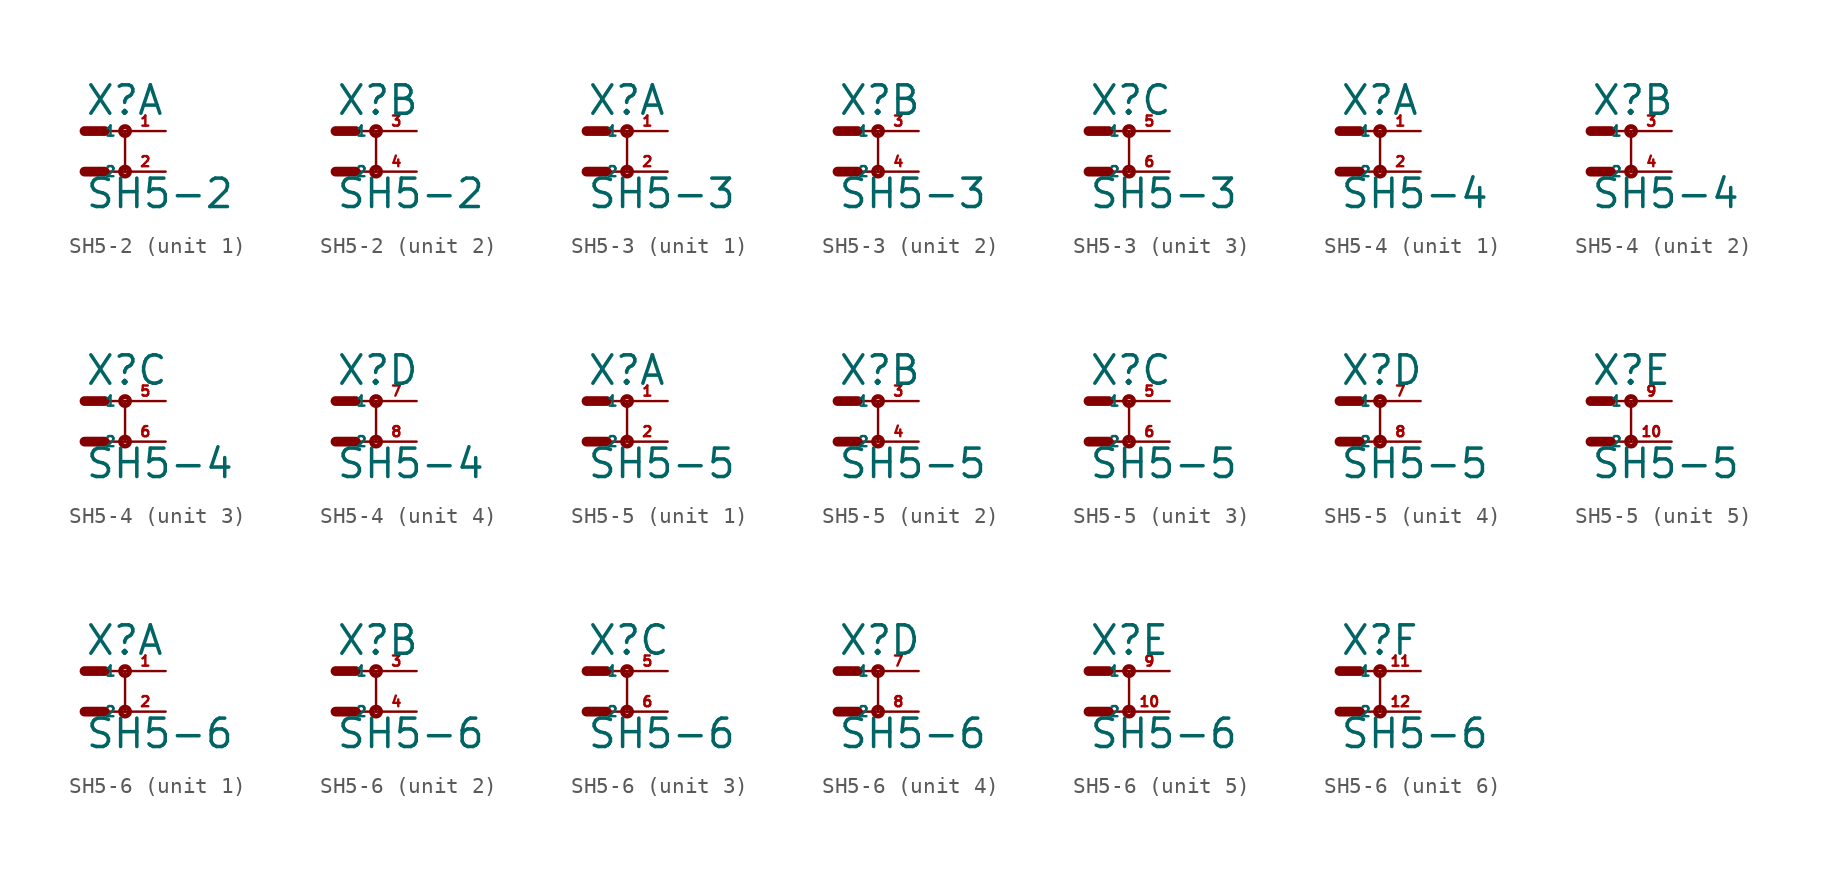
<source format=kicad_sym>
(kicad_symbol_lib
  (version 20220914)
  (generator Eagle2Kicad)
  (symbol "SH5-2"
    (property "Reference" "X"
      (at 0 3.429 0)
      (effects (font (size 1.778 1.778) (thickness 0.22)) (justify left bottom)))
    (property "Value" "SH5-2"
      (at 0 -2.413 0)
      (effects (font (size 1.778 1.778) (thickness 0.22)) (justify left bottom)))
    (symbol "SH5-2_1_0"
      (polyline (pts (xy 0 0) (xy 1.27 0)) (stroke (width 0.61) (type default)) (fill (type none)))
      (polyline (pts (xy 2.54 0) (xy 1.27 0)) (stroke (width 0.152) (type default)) (fill (type none)))
      (polyline (pts (xy 0 2.54) (xy 1.27 2.54)) (stroke (width 0.61) (type default)) (fill (type none)))
      (polyline (pts (xy 2.54 2.54) (xy 1.27 2.54)) (stroke (width 0.152) (type default)) (fill (type none)))
      (polyline (pts (xy 2.54 2.54) (xy 2.54 0)) (stroke (width 0.152) (type default)) (fill (type none)))
      (circle (center 2.54 0) (radius 0.127) (stroke (width 0.305) (type default)) (fill (type none)))
      (circle (center 2.54 2.54) (radius 0.127) (stroke (width 0.305) (type default)) (fill (type none)))
      (pin passive line (at 5.08 2.54 180) (length 2.54) (name "1" (effects (font (size 0.635 0.635) (thickness 0.08)) (justify left bottom))) (number "1" (effects (font (size 0.635 0.635) (thickness 0.08)) (justify left bottom))))
      (pin passive line (at 5.08 0 180) (length 2.54) (name "2" (effects (font (size 0.635 0.635) (thickness 0.08)) (justify left bottom))) (number "2" (effects (font (size 0.635 0.635) (thickness 0.08)) (justify left bottom)))))
    (symbol "SH5-2_2_0"
      (polyline (pts (xy 0 0) (xy 1.27 0)) (stroke (width 0.61) (type default)) (fill (type none)))
      (polyline (pts (xy 2.54 0) (xy 1.27 0)) (stroke (width 0.152) (type default)) (fill (type none)))
      (polyline (pts (xy 0 2.54) (xy 1.27 2.54)) (stroke (width 0.61) (type default)) (fill (type none)))
      (polyline (pts (xy 2.54 2.54) (xy 1.27 2.54)) (stroke (width 0.152) (type default)) (fill (type none)))
      (polyline (pts (xy 2.54 2.54) (xy 2.54 0)) (stroke (width 0.152) (type default)) (fill (type none)))
      (circle (center 2.54 0) (radius 0.127) (stroke (width 0.305) (type default)) (fill (type none)))
      (circle (center 2.54 2.54) (radius 0.127) (stroke (width 0.305) (type default)) (fill (type none)))
      (pin passive line (at 5.08 2.54 180) (length 2.54) (name "1" (effects (font (size 0.635 0.635) (thickness 0.08)) (justify left bottom))) (number "3" (effects (font (size 0.635 0.635) (thickness 0.08)) (justify left bottom))))
      (pin passive line (at 5.08 0 180) (length 2.54) (name "2" (effects (font (size 0.635 0.635) (thickness 0.08)) (justify left bottom))) (number "4" (effects (font (size 0.635 0.635) (thickness 0.08)) (justify left bottom))))))
  (symbol "SH5-3"
    (property "Reference" "X"
      (at 0 3.429 0)
      (effects (font (size 1.778 1.778) (thickness 0.22)) (justify left bottom)))
    (property "Value" "SH5-3"
      (at 0 -2.413 0)
      (effects (font (size 1.778 1.778) (thickness 0.22)) (justify left bottom)))
    (symbol "SH5-3_1_0"
      (polyline (pts (xy 0 0) (xy 1.27 0)) (stroke (width 0.61) (type default)) (fill (type none)))
      (polyline (pts (xy 2.54 0) (xy 1.27 0)) (stroke (width 0.152) (type default)) (fill (type none)))
      (polyline (pts (xy 0 2.54) (xy 1.27 2.54)) (stroke (width 0.61) (type default)) (fill (type none)))
      (polyline (pts (xy 2.54 2.54) (xy 1.27 2.54)) (stroke (width 0.152) (type default)) (fill (type none)))
      (polyline (pts (xy 2.54 2.54) (xy 2.54 0)) (stroke (width 0.152) (type default)) (fill (type none)))
      (circle (center 2.54 0) (radius 0.127) (stroke (width 0.305) (type default)) (fill (type none)))
      (circle (center 2.54 2.54) (radius 0.127) (stroke (width 0.305) (type default)) (fill (type none)))
      (pin passive line (at 5.08 2.54 180) (length 2.54) (name "1" (effects (font (size 0.635 0.635) (thickness 0.08)) (justify left bottom))) (number "1" (effects (font (size 0.635 0.635) (thickness 0.08)) (justify left bottom))))
      (pin passive line (at 5.08 0 180) (length 2.54) (name "2" (effects (font (size 0.635 0.635) (thickness 0.08)) (justify left bottom))) (number "2" (effects (font (size 0.635 0.635) (thickness 0.08)) (justify left bottom)))))
    (symbol "SH5-3_2_0"
      (polyline (pts (xy 0 0) (xy 1.27 0)) (stroke (width 0.61) (type default)) (fill (type none)))
      (polyline (pts (xy 2.54 0) (xy 1.27 0)) (stroke (width 0.152) (type default)) (fill (type none)))
      (polyline (pts (xy 0 2.54) (xy 1.27 2.54)) (stroke (width 0.61) (type default)) (fill (type none)))
      (polyline (pts (xy 2.54 2.54) (xy 1.27 2.54)) (stroke (width 0.152) (type default)) (fill (type none)))
      (polyline (pts (xy 2.54 2.54) (xy 2.54 0)) (stroke (width 0.152) (type default)) (fill (type none)))
      (circle (center 2.54 0) (radius 0.127) (stroke (width 0.305) (type default)) (fill (type none)))
      (circle (center 2.54 2.54) (radius 0.127) (stroke (width 0.305) (type default)) (fill (type none)))
      (pin passive line (at 5.08 2.54 180) (length 2.54) (name "1" (effects (font (size 0.635 0.635) (thickness 0.08)) (justify left bottom))) (number "3" (effects (font (size 0.635 0.635) (thickness 0.08)) (justify left bottom))))
      (pin passive line (at 5.08 0 180) (length 2.54) (name "2" (effects (font (size 0.635 0.635) (thickness 0.08)) (justify left bottom))) (number "4" (effects (font (size 0.635 0.635) (thickness 0.08)) (justify left bottom)))))
    (symbol "SH5-3_3_0"
      (polyline (pts (xy 0 0) (xy 1.27 0)) (stroke (width 0.61) (type default)) (fill (type none)))
      (polyline (pts (xy 2.54 0) (xy 1.27 0)) (stroke (width 0.152) (type default)) (fill (type none)))
      (polyline (pts (xy 0 2.54) (xy 1.27 2.54)) (stroke (width 0.61) (type default)) (fill (type none)))
      (polyline (pts (xy 2.54 2.54) (xy 1.27 2.54)) (stroke (width 0.152) (type default)) (fill (type none)))
      (polyline (pts (xy 2.54 2.54) (xy 2.54 0)) (stroke (width 0.152) (type default)) (fill (type none)))
      (circle (center 2.54 0) (radius 0.127) (stroke (width 0.305) (type default)) (fill (type none)))
      (circle (center 2.54 2.54) (radius 0.127) (stroke (width 0.305) (type default)) (fill (type none)))
      (pin passive line (at 5.08 2.54 180) (length 2.54) (name "1" (effects (font (size 0.635 0.635) (thickness 0.08)) (justify left bottom))) (number "5" (effects (font (size 0.635 0.635) (thickness 0.08)) (justify left bottom))))
      (pin passive line (at 5.08 0 180) (length 2.54) (name "2" (effects (font (size 0.635 0.635) (thickness 0.08)) (justify left bottom))) (number "6" (effects (font (size 0.635 0.635) (thickness 0.08)) (justify left bottom))))))
  (symbol "SH5-4"
    (property "Reference" "X"
      (at 0 3.429 0)
      (effects (font (size 1.778 1.778) (thickness 0.22)) (justify left bottom)))
    (property "Value" "SH5-4"
      (at 0 -2.413 0)
      (effects (font (size 1.778 1.778) (thickness 0.22)) (justify left bottom)))
    (symbol "SH5-4_1_0"
      (polyline (pts (xy 0 0) (xy 1.27 0)) (stroke (width 0.61) (type default)) (fill (type none)))
      (polyline (pts (xy 2.54 0) (xy 1.27 0)) (stroke (width 0.152) (type default)) (fill (type none)))
      (polyline (pts (xy 0 2.54) (xy 1.27 2.54)) (stroke (width 0.61) (type default)) (fill (type none)))
      (polyline (pts (xy 2.54 2.54) (xy 1.27 2.54)) (stroke (width 0.152) (type default)) (fill (type none)))
      (polyline (pts (xy 2.54 2.54) (xy 2.54 0)) (stroke (width 0.152) (type default)) (fill (type none)))
      (circle (center 2.54 0) (radius 0.127) (stroke (width 0.305) (type default)) (fill (type none)))
      (circle (center 2.54 2.54) (radius 0.127) (stroke (width 0.305) (type default)) (fill (type none)))
      (pin passive line (at 5.08 2.54 180) (length 2.54) (name "1" (effects (font (size 0.635 0.635) (thickness 0.08)) (justify left bottom))) (number "1" (effects (font (size 0.635 0.635) (thickness 0.08)) (justify left bottom))))
      (pin passive line (at 5.08 0 180) (length 2.54) (name "2" (effects (font (size 0.635 0.635) (thickness 0.08)) (justify left bottom))) (number "2" (effects (font (size 0.635 0.635) (thickness 0.08)) (justify left bottom)))))
    (symbol "SH5-4_2_0"
      (polyline (pts (xy 0 0) (xy 1.27 0)) (stroke (width 0.61) (type default)) (fill (type none)))
      (polyline (pts (xy 2.54 0) (xy 1.27 0)) (stroke (width 0.152) (type default)) (fill (type none)))
      (polyline (pts (xy 0 2.54) (xy 1.27 2.54)) (stroke (width 0.61) (type default)) (fill (type none)))
      (polyline (pts (xy 2.54 2.54) (xy 1.27 2.54)) (stroke (width 0.152) (type default)) (fill (type none)))
      (polyline (pts (xy 2.54 2.54) (xy 2.54 0)) (stroke (width 0.152) (type default)) (fill (type none)))
      (circle (center 2.54 0) (radius 0.127) (stroke (width 0.305) (type default)) (fill (type none)))
      (circle (center 2.54 2.54) (radius 0.127) (stroke (width 0.305) (type default)) (fill (type none)))
      (pin passive line (at 5.08 2.54 180) (length 2.54) (name "1" (effects (font (size 0.635 0.635) (thickness 0.08)) (justify left bottom))) (number "3" (effects (font (size 0.635 0.635) (thickness 0.08)) (justify left bottom))))
      (pin passive line (at 5.08 0 180) (length 2.54) (name "2" (effects (font (size 0.635 0.635) (thickness 0.08)) (justify left bottom))) (number "4" (effects (font (size 0.635 0.635) (thickness 0.08)) (justify left bottom)))))
    (symbol "SH5-4_3_0"
      (polyline (pts (xy 0 0) (xy 1.27 0)) (stroke (width 0.61) (type default)) (fill (type none)))
      (polyline (pts (xy 2.54 0) (xy 1.27 0)) (stroke (width 0.152) (type default)) (fill (type none)))
      (polyline (pts (xy 0 2.54) (xy 1.27 2.54)) (stroke (width 0.61) (type default)) (fill (type none)))
      (polyline (pts (xy 2.54 2.54) (xy 1.27 2.54)) (stroke (width 0.152) (type default)) (fill (type none)))
      (polyline (pts (xy 2.54 2.54) (xy 2.54 0)) (stroke (width 0.152) (type default)) (fill (type none)))
      (circle (center 2.54 0) (radius 0.127) (stroke (width 0.305) (type default)) (fill (type none)))
      (circle (center 2.54 2.54) (radius 0.127) (stroke (width 0.305) (type default)) (fill (type none)))
      (pin passive line (at 5.08 2.54 180) (length 2.54) (name "1" (effects (font (size 0.635 0.635) (thickness 0.08)) (justify left bottom))) (number "5" (effects (font (size 0.635 0.635) (thickness 0.08)) (justify left bottom))))
      (pin passive line (at 5.08 0 180) (length 2.54) (name "2" (effects (font (size 0.635 0.635) (thickness 0.08)) (justify left bottom))) (number "6" (effects (font (size 0.635 0.635) (thickness 0.08)) (justify left bottom)))))
    (symbol "SH5-4_4_0"
      (polyline (pts (xy 0 0) (xy 1.27 0)) (stroke (width 0.61) (type default)) (fill (type none)))
      (polyline (pts (xy 2.54 0) (xy 1.27 0)) (stroke (width 0.152) (type default)) (fill (type none)))
      (polyline (pts (xy 0 2.54) (xy 1.27 2.54)) (stroke (width 0.61) (type default)) (fill (type none)))
      (polyline (pts (xy 2.54 2.54) (xy 1.27 2.54)) (stroke (width 0.152) (type default)) (fill (type none)))
      (polyline (pts (xy 2.54 2.54) (xy 2.54 0)) (stroke (width 0.152) (type default)) (fill (type none)))
      (circle (center 2.54 0) (radius 0.127) (stroke (width 0.305) (type default)) (fill (type none)))
      (circle (center 2.54 2.54) (radius 0.127) (stroke (width 0.305) (type default)) (fill (type none)))
      (pin passive line (at 5.08 2.54 180) (length 2.54) (name "1" (effects (font (size 0.635 0.635) (thickness 0.08)) (justify left bottom))) (number "7" (effects (font (size 0.635 0.635) (thickness 0.08)) (justify left bottom))))
      (pin passive line (at 5.08 0 180) (length 2.54) (name "2" (effects (font (size 0.635 0.635) (thickness 0.08)) (justify left bottom))) (number "8" (effects (font (size 0.635 0.635) (thickness 0.08)) (justify left bottom))))))
  (symbol "SH5-5"
    (property "Reference" "X"
      (at 0 3.429 0)
      (effects (font (size 1.778 1.778) (thickness 0.22)) (justify left bottom)))
    (property "Value" "SH5-5"
      (at 0 -2.413 0)
      (effects (font (size 1.778 1.778) (thickness 0.22)) (justify left bottom)))
    (symbol "SH5-5_1_0"
      (polyline (pts (xy 0 0) (xy 1.27 0)) (stroke (width 0.61) (type default)) (fill (type none)))
      (polyline (pts (xy 2.54 0) (xy 1.27 0)) (stroke (width 0.152) (type default)) (fill (type none)))
      (polyline (pts (xy 0 2.54) (xy 1.27 2.54)) (stroke (width 0.61) (type default)) (fill (type none)))
      (polyline (pts (xy 2.54 2.54) (xy 1.27 2.54)) (stroke (width 0.152) (type default)) (fill (type none)))
      (polyline (pts (xy 2.54 2.54) (xy 2.54 0)) (stroke (width 0.152) (type default)) (fill (type none)))
      (circle (center 2.54 0) (radius 0.127) (stroke (width 0.305) (type default)) (fill (type none)))
      (circle (center 2.54 2.54) (radius 0.127) (stroke (width 0.305) (type default)) (fill (type none)))
      (pin passive line (at 5.08 2.54 180) (length 2.54) (name "1" (effects (font (size 0.635 0.635) (thickness 0.08)) (justify left bottom))) (number "1" (effects (font (size 0.635 0.635) (thickness 0.08)) (justify left bottom))))
      (pin passive line (at 5.08 0 180) (length 2.54) (name "2" (effects (font (size 0.635 0.635) (thickness 0.08)) (justify left bottom))) (number "2" (effects (font (size 0.635 0.635) (thickness 0.08)) (justify left bottom)))))
    (symbol "SH5-5_2_0"
      (polyline (pts (xy 0 0) (xy 1.27 0)) (stroke (width 0.61) (type default)) (fill (type none)))
      (polyline (pts (xy 2.54 0) (xy 1.27 0)) (stroke (width 0.152) (type default)) (fill (type none)))
      (polyline (pts (xy 0 2.54) (xy 1.27 2.54)) (stroke (width 0.61) (type default)) (fill (type none)))
      (polyline (pts (xy 2.54 2.54) (xy 1.27 2.54)) (stroke (width 0.152) (type default)) (fill (type none)))
      (polyline (pts (xy 2.54 2.54) (xy 2.54 0)) (stroke (width 0.152) (type default)) (fill (type none)))
      (circle (center 2.54 0) (radius 0.127) (stroke (width 0.305) (type default)) (fill (type none)))
      (circle (center 2.54 2.54) (radius 0.127) (stroke (width 0.305) (type default)) (fill (type none)))
      (pin passive line (at 5.08 2.54 180) (length 2.54) (name "1" (effects (font (size 0.635 0.635) (thickness 0.08)) (justify left bottom))) (number "3" (effects (font (size 0.635 0.635) (thickness 0.08)) (justify left bottom))))
      (pin passive line (at 5.08 0 180) (length 2.54) (name "2" (effects (font (size 0.635 0.635) (thickness 0.08)) (justify left bottom))) (number "4" (effects (font (size 0.635 0.635) (thickness 0.08)) (justify left bottom)))))
    (symbol "SH5-5_3_0"
      (polyline (pts (xy 0 0) (xy 1.27 0)) (stroke (width 0.61) (type default)) (fill (type none)))
      (polyline (pts (xy 2.54 0) (xy 1.27 0)) (stroke (width 0.152) (type default)) (fill (type none)))
      (polyline (pts (xy 0 2.54) (xy 1.27 2.54)) (stroke (width 0.61) (type default)) (fill (type none)))
      (polyline (pts (xy 2.54 2.54) (xy 1.27 2.54)) (stroke (width 0.152) (type default)) (fill (type none)))
      (polyline (pts (xy 2.54 2.54) (xy 2.54 0)) (stroke (width 0.152) (type default)) (fill (type none)))
      (circle (center 2.54 0) (radius 0.127) (stroke (width 0.305) (type default)) (fill (type none)))
      (circle (center 2.54 2.54) (radius 0.127) (stroke (width 0.305) (type default)) (fill (type none)))
      (pin passive line (at 5.08 2.54 180) (length 2.54) (name "1" (effects (font (size 0.635 0.635) (thickness 0.08)) (justify left bottom))) (number "5" (effects (font (size 0.635 0.635) (thickness 0.08)) (justify left bottom))))
      (pin passive line (at 5.08 0 180) (length 2.54) (name "2" (effects (font (size 0.635 0.635) (thickness 0.08)) (justify left bottom))) (number "6" (effects (font (size 0.635 0.635) (thickness 0.08)) (justify left bottom)))))
    (symbol "SH5-5_4_0"
      (polyline (pts (xy 0 0) (xy 1.27 0)) (stroke (width 0.61) (type default)) (fill (type none)))
      (polyline (pts (xy 2.54 0) (xy 1.27 0)) (stroke (width 0.152) (type default)) (fill (type none)))
      (polyline (pts (xy 0 2.54) (xy 1.27 2.54)) (stroke (width 0.61) (type default)) (fill (type none)))
      (polyline (pts (xy 2.54 2.54) (xy 1.27 2.54)) (stroke (width 0.152) (type default)) (fill (type none)))
      (polyline (pts (xy 2.54 2.54) (xy 2.54 0)) (stroke (width 0.152) (type default)) (fill (type none)))
      (circle (center 2.54 0) (radius 0.127) (stroke (width 0.305) (type default)) (fill (type none)))
      (circle (center 2.54 2.54) (radius 0.127) (stroke (width 0.305) (type default)) (fill (type none)))
      (pin passive line (at 5.08 2.54 180) (length 2.54) (name "1" (effects (font (size 0.635 0.635) (thickness 0.08)) (justify left bottom))) (number "7" (effects (font (size 0.635 0.635) (thickness 0.08)) (justify left bottom))))
      (pin passive line (at 5.08 0 180) (length 2.54) (name "2" (effects (font (size 0.635 0.635) (thickness 0.08)) (justify left bottom))) (number "8" (effects (font (size 0.635 0.635) (thickness 0.08)) (justify left bottom)))))
    (symbol "SH5-5_5_0"
      (polyline (pts (xy 0 0) (xy 1.27 0)) (stroke (width 0.61) (type default)) (fill (type none)))
      (polyline (pts (xy 2.54 0) (xy 1.27 0)) (stroke (width 0.152) (type default)) (fill (type none)))
      (polyline (pts (xy 0 2.54) (xy 1.27 2.54)) (stroke (width 0.61) (type default)) (fill (type none)))
      (polyline (pts (xy 2.54 2.54) (xy 1.27 2.54)) (stroke (width 0.152) (type default)) (fill (type none)))
      (polyline (pts (xy 2.54 2.54) (xy 2.54 0)) (stroke (width 0.152) (type default)) (fill (type none)))
      (circle (center 2.54 0) (radius 0.127) (stroke (width 0.305) (type default)) (fill (type none)))
      (circle (center 2.54 2.54) (radius 0.127) (stroke (width 0.305) (type default)) (fill (type none)))
      (pin passive line (at 5.08 2.54 180) (length 2.54) (name "1" (effects (font (size 0.635 0.635) (thickness 0.08)) (justify left bottom))) (number "9" (effects (font (size 0.635 0.635) (thickness 0.08)) (justify left bottom))))
      (pin passive line (at 5.08 0 180) (length 2.54) (name "2" (effects (font (size 0.635 0.635) (thickness 0.08)) (justify left bottom))) (number "10" (effects (font (size 0.635 0.635) (thickness 0.08)) (justify left bottom))))))
  (symbol "SH5-6"
    (property "Reference" "X"
      (at 0 3.429 0)
      (effects (font (size 1.778 1.778) (thickness 0.22)) (justify left bottom)))
    (property "Value" "SH5-6"
      (at 0 -2.413 0)
      (effects (font (size 1.778 1.778) (thickness 0.22)) (justify left bottom)))
    (symbol "SH5-6_1_0"
      (polyline (pts (xy 0 0) (xy 1.27 0)) (stroke (width 0.61) (type default)) (fill (type none)))
      (polyline (pts (xy 2.54 0) (xy 1.27 0)) (stroke (width 0.152) (type default)) (fill (type none)))
      (polyline (pts (xy 0 2.54) (xy 1.27 2.54)) (stroke (width 0.61) (type default)) (fill (type none)))
      (polyline (pts (xy 2.54 2.54) (xy 1.27 2.54)) (stroke (width 0.152) (type default)) (fill (type none)))
      (polyline (pts (xy 2.54 2.54) (xy 2.54 0)) (stroke (width 0.152) (type default)) (fill (type none)))
      (circle (center 2.54 0) (radius 0.127) (stroke (width 0.305) (type default)) (fill (type none)))
      (circle (center 2.54 2.54) (radius 0.127) (stroke (width 0.305) (type default)) (fill (type none)))
      (pin passive line (at 5.08 2.54 180) (length 2.54) (name "1" (effects (font (size 0.635 0.635) (thickness 0.08)) (justify left bottom))) (number "1" (effects (font (size 0.635 0.635) (thickness 0.08)) (justify left bottom))))
      (pin passive line (at 5.08 0 180) (length 2.54) (name "2" (effects (font (size 0.635 0.635) (thickness 0.08)) (justify left bottom))) (number "2" (effects (font (size 0.635 0.635) (thickness 0.08)) (justify left bottom)))))
    (symbol "SH5-6_2_0"
      (polyline (pts (xy 0 0) (xy 1.27 0)) (stroke (width 0.61) (type default)) (fill (type none)))
      (polyline (pts (xy 2.54 0) (xy 1.27 0)) (stroke (width 0.152) (type default)) (fill (type none)))
      (polyline (pts (xy 0 2.54) (xy 1.27 2.54)) (stroke (width 0.61) (type default)) (fill (type none)))
      (polyline (pts (xy 2.54 2.54) (xy 1.27 2.54)) (stroke (width 0.152) (type default)) (fill (type none)))
      (polyline (pts (xy 2.54 2.54) (xy 2.54 0)) (stroke (width 0.152) (type default)) (fill (type none)))
      (circle (center 2.54 0) (radius 0.127) (stroke (width 0.305) (type default)) (fill (type none)))
      (circle (center 2.54 2.54) (radius 0.127) (stroke (width 0.305) (type default)) (fill (type none)))
      (pin passive line (at 5.08 2.54 180) (length 2.54) (name "1" (effects (font (size 0.635 0.635) (thickness 0.08)) (justify left bottom))) (number "3" (effects (font (size 0.635 0.635) (thickness 0.08)) (justify left bottom))))
      (pin passive line (at 5.08 0 180) (length 2.54) (name "2" (effects (font (size 0.635 0.635) (thickness 0.08)) (justify left bottom))) (number "4" (effects (font (size 0.635 0.635) (thickness 0.08)) (justify left bottom)))))
    (symbol "SH5-6_3_0"
      (polyline (pts (xy 0 0) (xy 1.27 0)) (stroke (width 0.61) (type default)) (fill (type none)))
      (polyline (pts (xy 2.54 0) (xy 1.27 0)) (stroke (width 0.152) (type default)) (fill (type none)))
      (polyline (pts (xy 0 2.54) (xy 1.27 2.54)) (stroke (width 0.61) (type default)) (fill (type none)))
      (polyline (pts (xy 2.54 2.54) (xy 1.27 2.54)) (stroke (width 0.152) (type default)) (fill (type none)))
      (polyline (pts (xy 2.54 2.54) (xy 2.54 0)) (stroke (width 0.152) (type default)) (fill (type none)))
      (circle (center 2.54 0) (radius 0.127) (stroke (width 0.305) (type default)) (fill (type none)))
      (circle (center 2.54 2.54) (radius 0.127) (stroke (width 0.305) (type default)) (fill (type none)))
      (pin passive line (at 5.08 2.54 180) (length 2.54) (name "1" (effects (font (size 0.635 0.635) (thickness 0.08)) (justify left bottom))) (number "5" (effects (font (size 0.635 0.635) (thickness 0.08)) (justify left bottom))))
      (pin passive line (at 5.08 0 180) (length 2.54) (name "2" (effects (font (size 0.635 0.635) (thickness 0.08)) (justify left bottom))) (number "6" (effects (font (size 0.635 0.635) (thickness 0.08)) (justify left bottom)))))
    (symbol "SH5-6_4_0"
      (polyline (pts (xy 0 0) (xy 1.27 0)) (stroke (width 0.61) (type default)) (fill (type none)))
      (polyline (pts (xy 2.54 0) (xy 1.27 0)) (stroke (width 0.152) (type default)) (fill (type none)))
      (polyline (pts (xy 0 2.54) (xy 1.27 2.54)) (stroke (width 0.61) (type default)) (fill (type none)))
      (polyline (pts (xy 2.54 2.54) (xy 1.27 2.54)) (stroke (width 0.152) (type default)) (fill (type none)))
      (polyline (pts (xy 2.54 2.54) (xy 2.54 0)) (stroke (width 0.152) (type default)) (fill (type none)))
      (circle (center 2.54 0) (radius 0.127) (stroke (width 0.305) (type default)) (fill (type none)))
      (circle (center 2.54 2.54) (radius 0.127) (stroke (width 0.305) (type default)) (fill (type none)))
      (pin passive line (at 5.08 2.54 180) (length 2.54) (name "1" (effects (font (size 0.635 0.635) (thickness 0.08)) (justify left bottom))) (number "7" (effects (font (size 0.635 0.635) (thickness 0.08)) (justify left bottom))))
      (pin passive line (at 5.08 0 180) (length 2.54) (name "2" (effects (font (size 0.635 0.635) (thickness 0.08)) (justify left bottom))) (number "8" (effects (font (size 0.635 0.635) (thickness 0.08)) (justify left bottom)))))
    (symbol "SH5-6_5_0"
      (polyline (pts (xy 0 0) (xy 1.27 0)) (stroke (width 0.61) (type default)) (fill (type none)))
      (polyline (pts (xy 2.54 0) (xy 1.27 0)) (stroke (width 0.152) (type default)) (fill (type none)))
      (polyline (pts (xy 0 2.54) (xy 1.27 2.54)) (stroke (width 0.61) (type default)) (fill (type none)))
      (polyline (pts (xy 2.54 2.54) (xy 1.27 2.54)) (stroke (width 0.152) (type default)) (fill (type none)))
      (polyline (pts (xy 2.54 2.54) (xy 2.54 0)) (stroke (width 0.152) (type default)) (fill (type none)))
      (circle (center 2.54 0) (radius 0.127) (stroke (width 0.305) (type default)) (fill (type none)))
      (circle (center 2.54 2.54) (radius 0.127) (stroke (width 0.305) (type default)) (fill (type none)))
      (pin passive line (at 5.08 2.54 180) (length 2.54) (name "1" (effects (font (size 0.635 0.635) (thickness 0.08)) (justify left bottom))) (number "9" (effects (font (size 0.635 0.635) (thickness 0.08)) (justify left bottom))))
      (pin passive line (at 5.08 0 180) (length 2.54) (name "2" (effects (font (size 0.635 0.635) (thickness 0.08)) (justify left bottom))) (number "10" (effects (font (size 0.635 0.635) (thickness 0.08)) (justify left bottom)))))
    (symbol "SH5-6_6_0"
      (polyline (pts (xy 0 0) (xy 1.27 0)) (stroke (width 0.61) (type default)) (fill (type none)))
      (polyline (pts (xy 2.54 0) (xy 1.27 0)) (stroke (width 0.152) (type default)) (fill (type none)))
      (polyline (pts (xy 0 2.54) (xy 1.27 2.54)) (stroke (width 0.61) (type default)) (fill (type none)))
      (polyline (pts (xy 2.54 2.54) (xy 1.27 2.54)) (stroke (width 0.152) (type default)) (fill (type none)))
      (polyline (pts (xy 2.54 2.54) (xy 2.54 0)) (stroke (width 0.152) (type default)) (fill (type none)))
      (circle (center 2.54 0) (radius 0.127) (stroke (width 0.305) (type default)) (fill (type none)))
      (circle (center 2.54 2.54) (radius 0.127) (stroke (width 0.305) (type default)) (fill (type none)))
      (pin passive line (at 5.08 2.54 180) (length 2.54) (name "1" (effects (font (size 0.635 0.635) (thickness 0.08)) (justify left bottom))) (number "11" (effects (font (size 0.635 0.635) (thickness 0.08)) (justify left bottom))))
      (pin passive line (at 5.08 0 180) (length 2.54) (name "2" (effects (font (size 0.635 0.635) (thickness 0.08)) (justify left bottom))) (number "12" (effects (font (size 0.635 0.635) (thickness 0.08)) (justify left bottom)))))))
</source>
